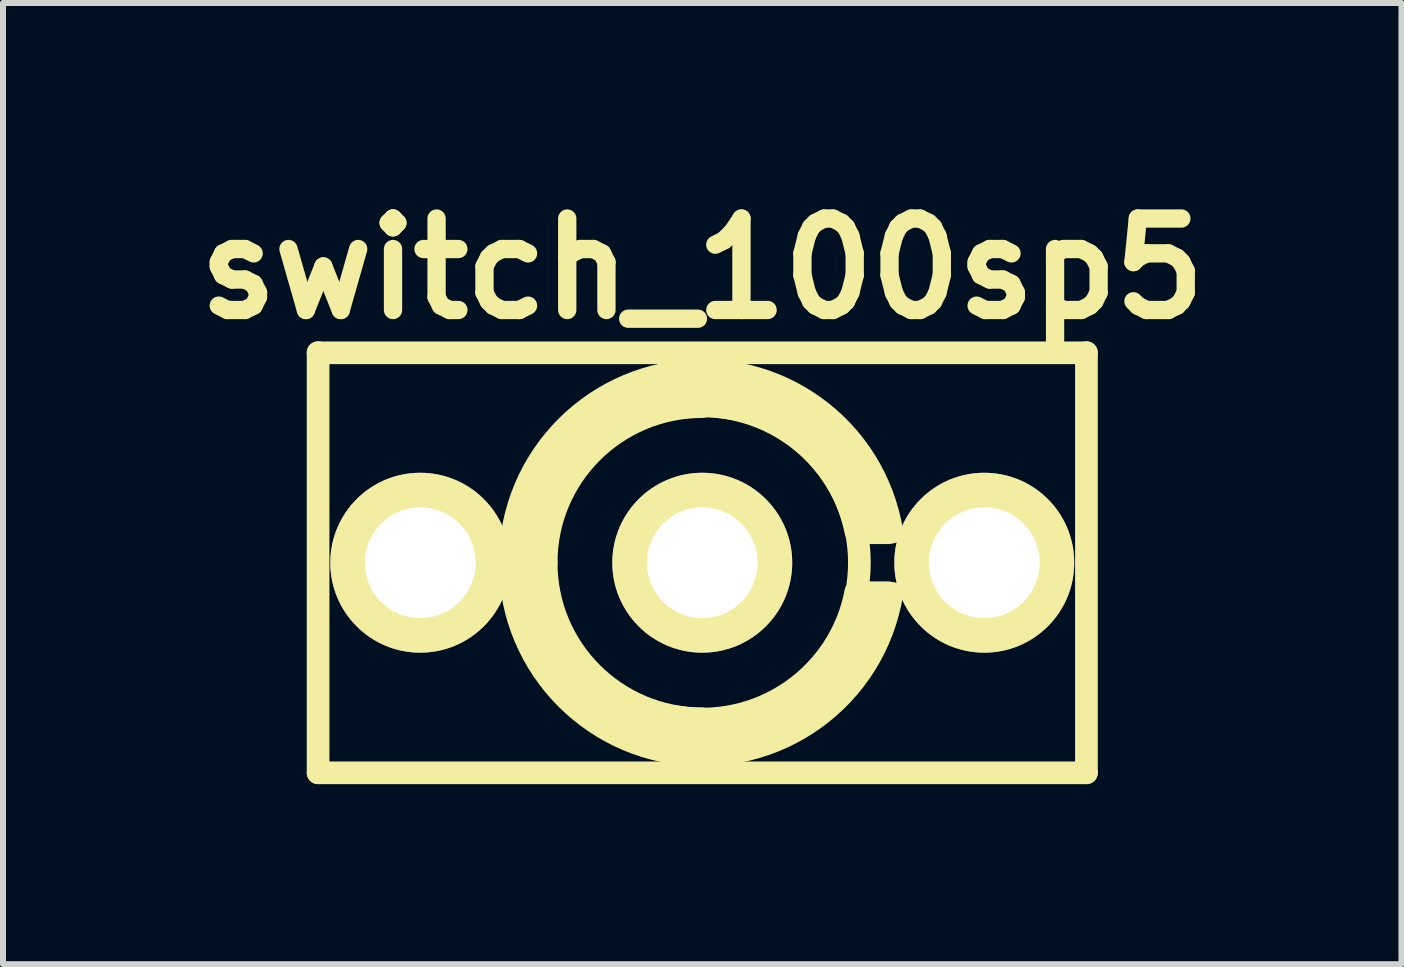
<source format=kicad_pcb>
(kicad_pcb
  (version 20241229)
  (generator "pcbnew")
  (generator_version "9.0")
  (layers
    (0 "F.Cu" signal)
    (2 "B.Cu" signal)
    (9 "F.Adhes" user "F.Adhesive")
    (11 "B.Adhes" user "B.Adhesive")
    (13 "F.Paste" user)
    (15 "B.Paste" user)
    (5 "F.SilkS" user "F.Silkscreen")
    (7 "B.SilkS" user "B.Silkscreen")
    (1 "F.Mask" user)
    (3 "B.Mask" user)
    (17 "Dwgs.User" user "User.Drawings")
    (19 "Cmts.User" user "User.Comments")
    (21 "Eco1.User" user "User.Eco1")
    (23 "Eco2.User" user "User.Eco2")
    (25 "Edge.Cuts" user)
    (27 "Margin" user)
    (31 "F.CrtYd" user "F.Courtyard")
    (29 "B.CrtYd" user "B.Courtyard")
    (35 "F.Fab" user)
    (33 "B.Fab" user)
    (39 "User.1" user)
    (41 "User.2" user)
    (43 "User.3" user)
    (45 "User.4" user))
  (footprint "switch_100sp5"
    (layer "F.Cu")
    (at 8.651 6.326)
    (property "Reference" "switch_100sp5" (at 0 -4.9 0) (layer "F.SilkS") (effects (font (size 1.524 1.524) (thickness 0.305))))
    (attr through_hole)
    (fp_line (start -6.401 -3.498) (end 6.401 -3.498) (stroke (width 0.378) (type solid)) (layer "F.SilkS"))
    (fp_line (start -6.401 3.5) (end -6.401 -3.5) (stroke (width 0.378) (type solid)) (layer "F.SilkS"))
    (fp_line (start 2.601 -0.5) (end 3.099 -0.5) (stroke (width 0.378) (type solid)) (layer "F.SilkS"))
    (fp_line (start 2.601 0.5) (end 3.099 0.5) (stroke (width 0.378) (type solid)) (layer "F.SilkS"))
    (fp_line (start 6.401 -3.5) (end 6.401 3.5) (stroke (width 0.378) (type solid)) (layer "F.SilkS"))
    (fp_line (start 6.401 3.5) (end -6.401 3.5) (stroke (width 0.378) (type solid)) (layer "F.SilkS"))
    (fp_arc (start -3.2004 0) (mid -2.263025 -2.263025) (end 0 -3.2004) (stroke (width 0.37846) (type solid)) (layer "F.SilkS"))
    (fp_arc (start -2.90068 0) (mid -2.05109 -2.05109) (end 0 -2.90068) (stroke (width 0.37846) (type solid)) (layer "F.SilkS"))
    (fp_arc (start -2.60096 0) (mid -1.839156 -1.839156) (end 0 -2.60096) (stroke (width 0.37846) (type solid)) (layer "F.SilkS"))
    (fp_arc (start -0.70104 -2.82956) (mid 1.505091 -2.496511) (end 2.82956 -0.70104) (stroke (width 0.37846) (type solid)) (layer "F.SilkS"))
    (fp_arc (start -0.5207 -2.56032) (mid 1.442229 -2.17861) (end 2.56032 -0.5207) (stroke (width 0.37846) (type solid)) (layer "F.SilkS"))
    (fp_arc (start -0.51054 -3.15976) (mid 1.873281 -2.595294) (end 3.15976 -0.51054) (stroke (width 0.37846) (type solid)) (layer "F.SilkS"))
    (fp_arc (start 0 2.60096) (mid -1.839156 1.839156) (end -2.60096 0) (stroke (width 0.37846) (type solid)) (layer "F.SilkS"))
    (fp_arc (start 0 2.90068) (mid -2.05109 2.05109) (end -2.90068 0) (stroke (width 0.37846) (type solid)) (layer "F.SilkS"))
    (fp_arc (start 0 3.2004) (mid -2.263025 2.263025) (end -3.2004 0) (stroke (width 0.37846) (type solid)) (layer "F.SilkS"))
    (fp_arc (start 2.56032 0.48006) (mid 1.470966 2.149873) (end -0.48006 2.56032) (stroke (width 0.37846) (type solid)) (layer "F.SilkS"))
    (fp_arc (start 2.83972 0.70104) (mid 1.512275 2.503695) (end -0.70104 2.83972) (stroke (width 0.37846) (type solid)) (layer "F.SilkS"))
    (fp_arc (start 3.15976 0.51054) (mid 1.873281 2.595294) (end -0.51054 3.15976) (stroke (width 0.37846) (type solid)) (layer "F.SilkS"))
    (fp_circle (center 0 0) (end -2.601 0.3) (stroke (width 0.378) (type solid)) (fill no) (layer "F.SilkS"))
    (pad "1" thru_hole circle (at -4.699 0) (size 2.997 2.997) (drill 1.847) (layers "*.Cu" "*.Mask" "F.SilkS"))
    (pad "2" thru_hole circle (at 0 0) (size 2.997 2.997) (drill 1.847) (layers "*.Cu" "*.Mask" "F.SilkS"))
    (pad "3" thru_hole circle (at 4.699 0) (size 2.997 2.997) (drill 1.847) (layers "*.Cu" "*.Mask" "F.SilkS")))
  (gr_rect
    (start -3 -3)
    (end 20.301 13.015)
    (stroke (width 0.1) (type default))
    (fill no)
    (layer "Edge.Cuts")))
</source>
